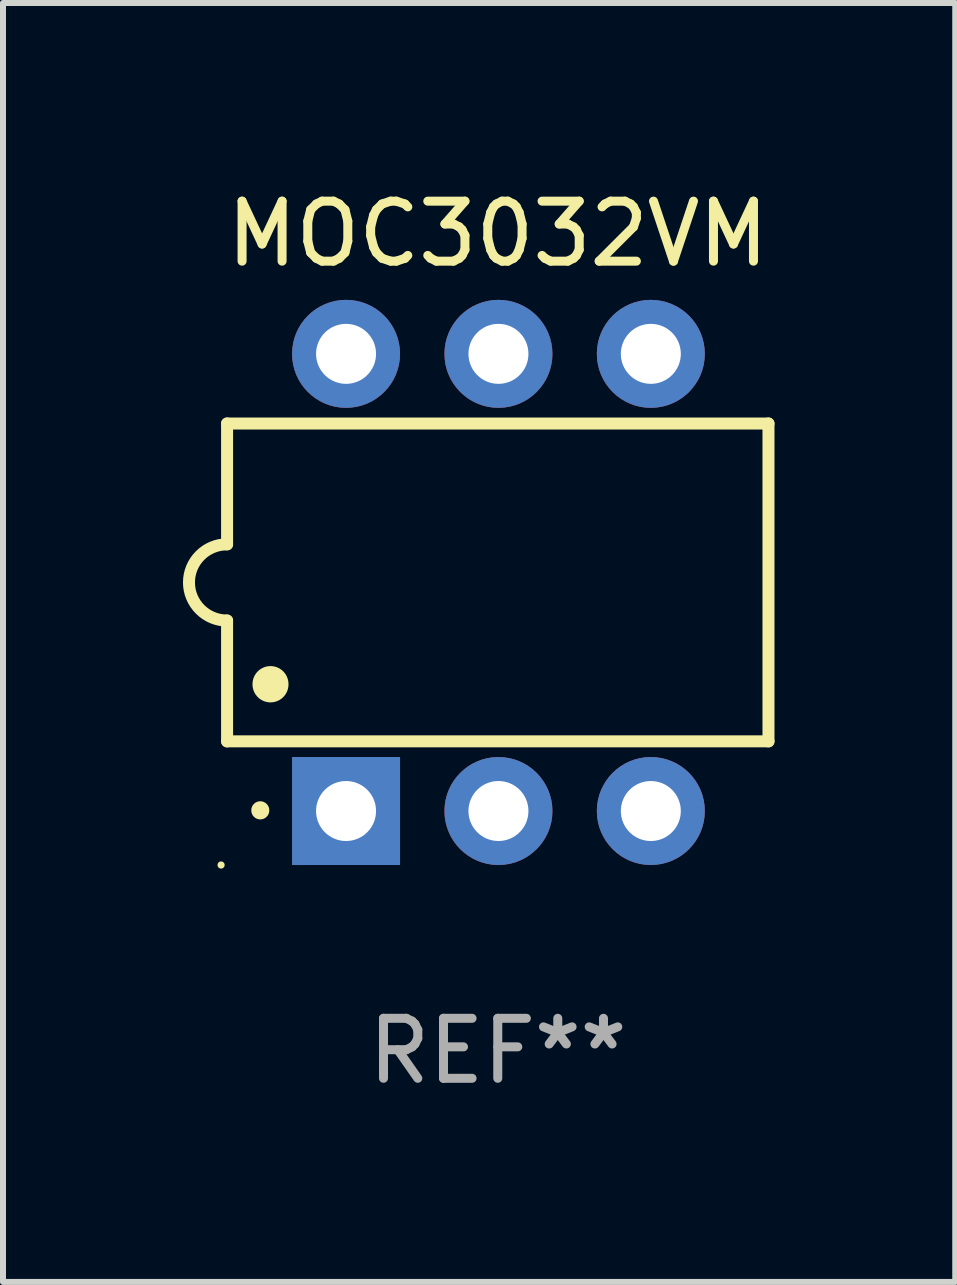
<source format=kicad_pcb>
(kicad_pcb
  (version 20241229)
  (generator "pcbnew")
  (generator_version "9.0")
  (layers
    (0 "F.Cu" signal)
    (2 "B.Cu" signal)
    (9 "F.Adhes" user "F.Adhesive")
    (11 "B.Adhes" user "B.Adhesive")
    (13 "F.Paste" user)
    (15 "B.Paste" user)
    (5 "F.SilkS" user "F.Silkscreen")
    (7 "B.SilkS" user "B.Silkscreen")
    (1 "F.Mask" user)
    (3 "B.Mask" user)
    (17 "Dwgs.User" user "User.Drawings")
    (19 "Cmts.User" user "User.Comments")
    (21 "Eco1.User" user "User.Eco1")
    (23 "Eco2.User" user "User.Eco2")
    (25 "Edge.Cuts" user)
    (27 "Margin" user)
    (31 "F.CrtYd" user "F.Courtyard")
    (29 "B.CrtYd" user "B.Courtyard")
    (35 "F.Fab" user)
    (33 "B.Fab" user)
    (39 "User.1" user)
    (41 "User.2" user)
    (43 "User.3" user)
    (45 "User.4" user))
  (footprint "MOC3032VM"
    (layer "F.Cu")
    (at 5.247 6.658)
    (property "Reference" "MOC3032VM" (at 0 -5.81 0) (layer "F.SilkS") (effects (font (size 1 1) (thickness 0.15))))
    (attr through_hole)
    (fp_line (start -4.512 -2.649) (end 4.512 -2.649) (stroke (width 0.2) (type solid)) (layer "F.SilkS"))
    (fp_line (start -4.512 -0.635) (end -4.512 -2.649) (stroke (width 0.2) (type solid)) (layer "F.SilkS"))
    (fp_line (start -4.512 2.649) (end -4.512 0.635) (stroke (width 0.2) (type solid)) (layer "F.SilkS"))
    (fp_line (start 4.512 -2.649) (end 4.512 2.649) (stroke (width 0.2) (type solid)) (layer "F.SilkS"))
    (fp_line (start 4.512 2.649) (end -4.512 2.649) (stroke (width 0.2) (type solid)) (layer "F.SilkS"))
    (fp_arc (start -4.512319 0.635001) (mid -5.14732 0) (end -4.512319 -0.635001) (stroke (width 0.2) (type solid)) (layer "F.SilkS"))
    (fp_arc (start -3.958598 3.799848) (mid -3.958603 3.798578) (end -3.958598 3.797308) (stroke (width 0.3) (type solid)) (layer "F.SilkS"))
    (fp_arc (start -3.788418 1.699263) (mid -3.788429 1.696723) (end -3.788418 1.694183) (stroke (width 0.6) (type solid)) (layer "F.SilkS"))
    (fp_circle (center -4.612 4.71) (end -4.582 4.71) (stroke (width 0.06) (type solid)) (fill no) (layer "F.SilkS"))
    (fp_text user "REF**" (at 0 7.81 0) (layer "F.Fab") (effects (font (size 1 1) (thickness 0.15))))
    (pad "1" thru_hole rect (at -2.529 3.81 90) (size 1.8 1.8) (drill 1) (layers "*.Cu" "*.Mask"))
    (pad "2" thru_hole circle (at 0.011 3.81) (size 1.8 1.8) (drill 1) (layers "*.Cu" "*.Mask"))
    (pad "3" thru_hole circle (at 2.551 3.81) (size 1.8 1.8) (drill 1) (layers "*.Cu" "*.Mask"))
    (pad "4" thru_hole circle (at 2.551 -3.81) (size 1.8 1.8) (drill 1) (layers "*.Cu" "*.Mask"))
    (pad "5" thru_hole circle (at 0.011 -3.81) (size 1.8 1.8) (drill 1) (layers "*.Cu" "*.Mask"))
    (pad "6" thru_hole circle (at -2.529 -3.81) (size 1.8 1.8) (drill 1) (layers "*.Cu" "*.Mask")))
  (gr_rect
    (start -3 -3)
    (end 12.872 18.317)
    (stroke (width 0.1) (type default))
    (fill no)
    (layer "Edge.Cuts")))
</source>
